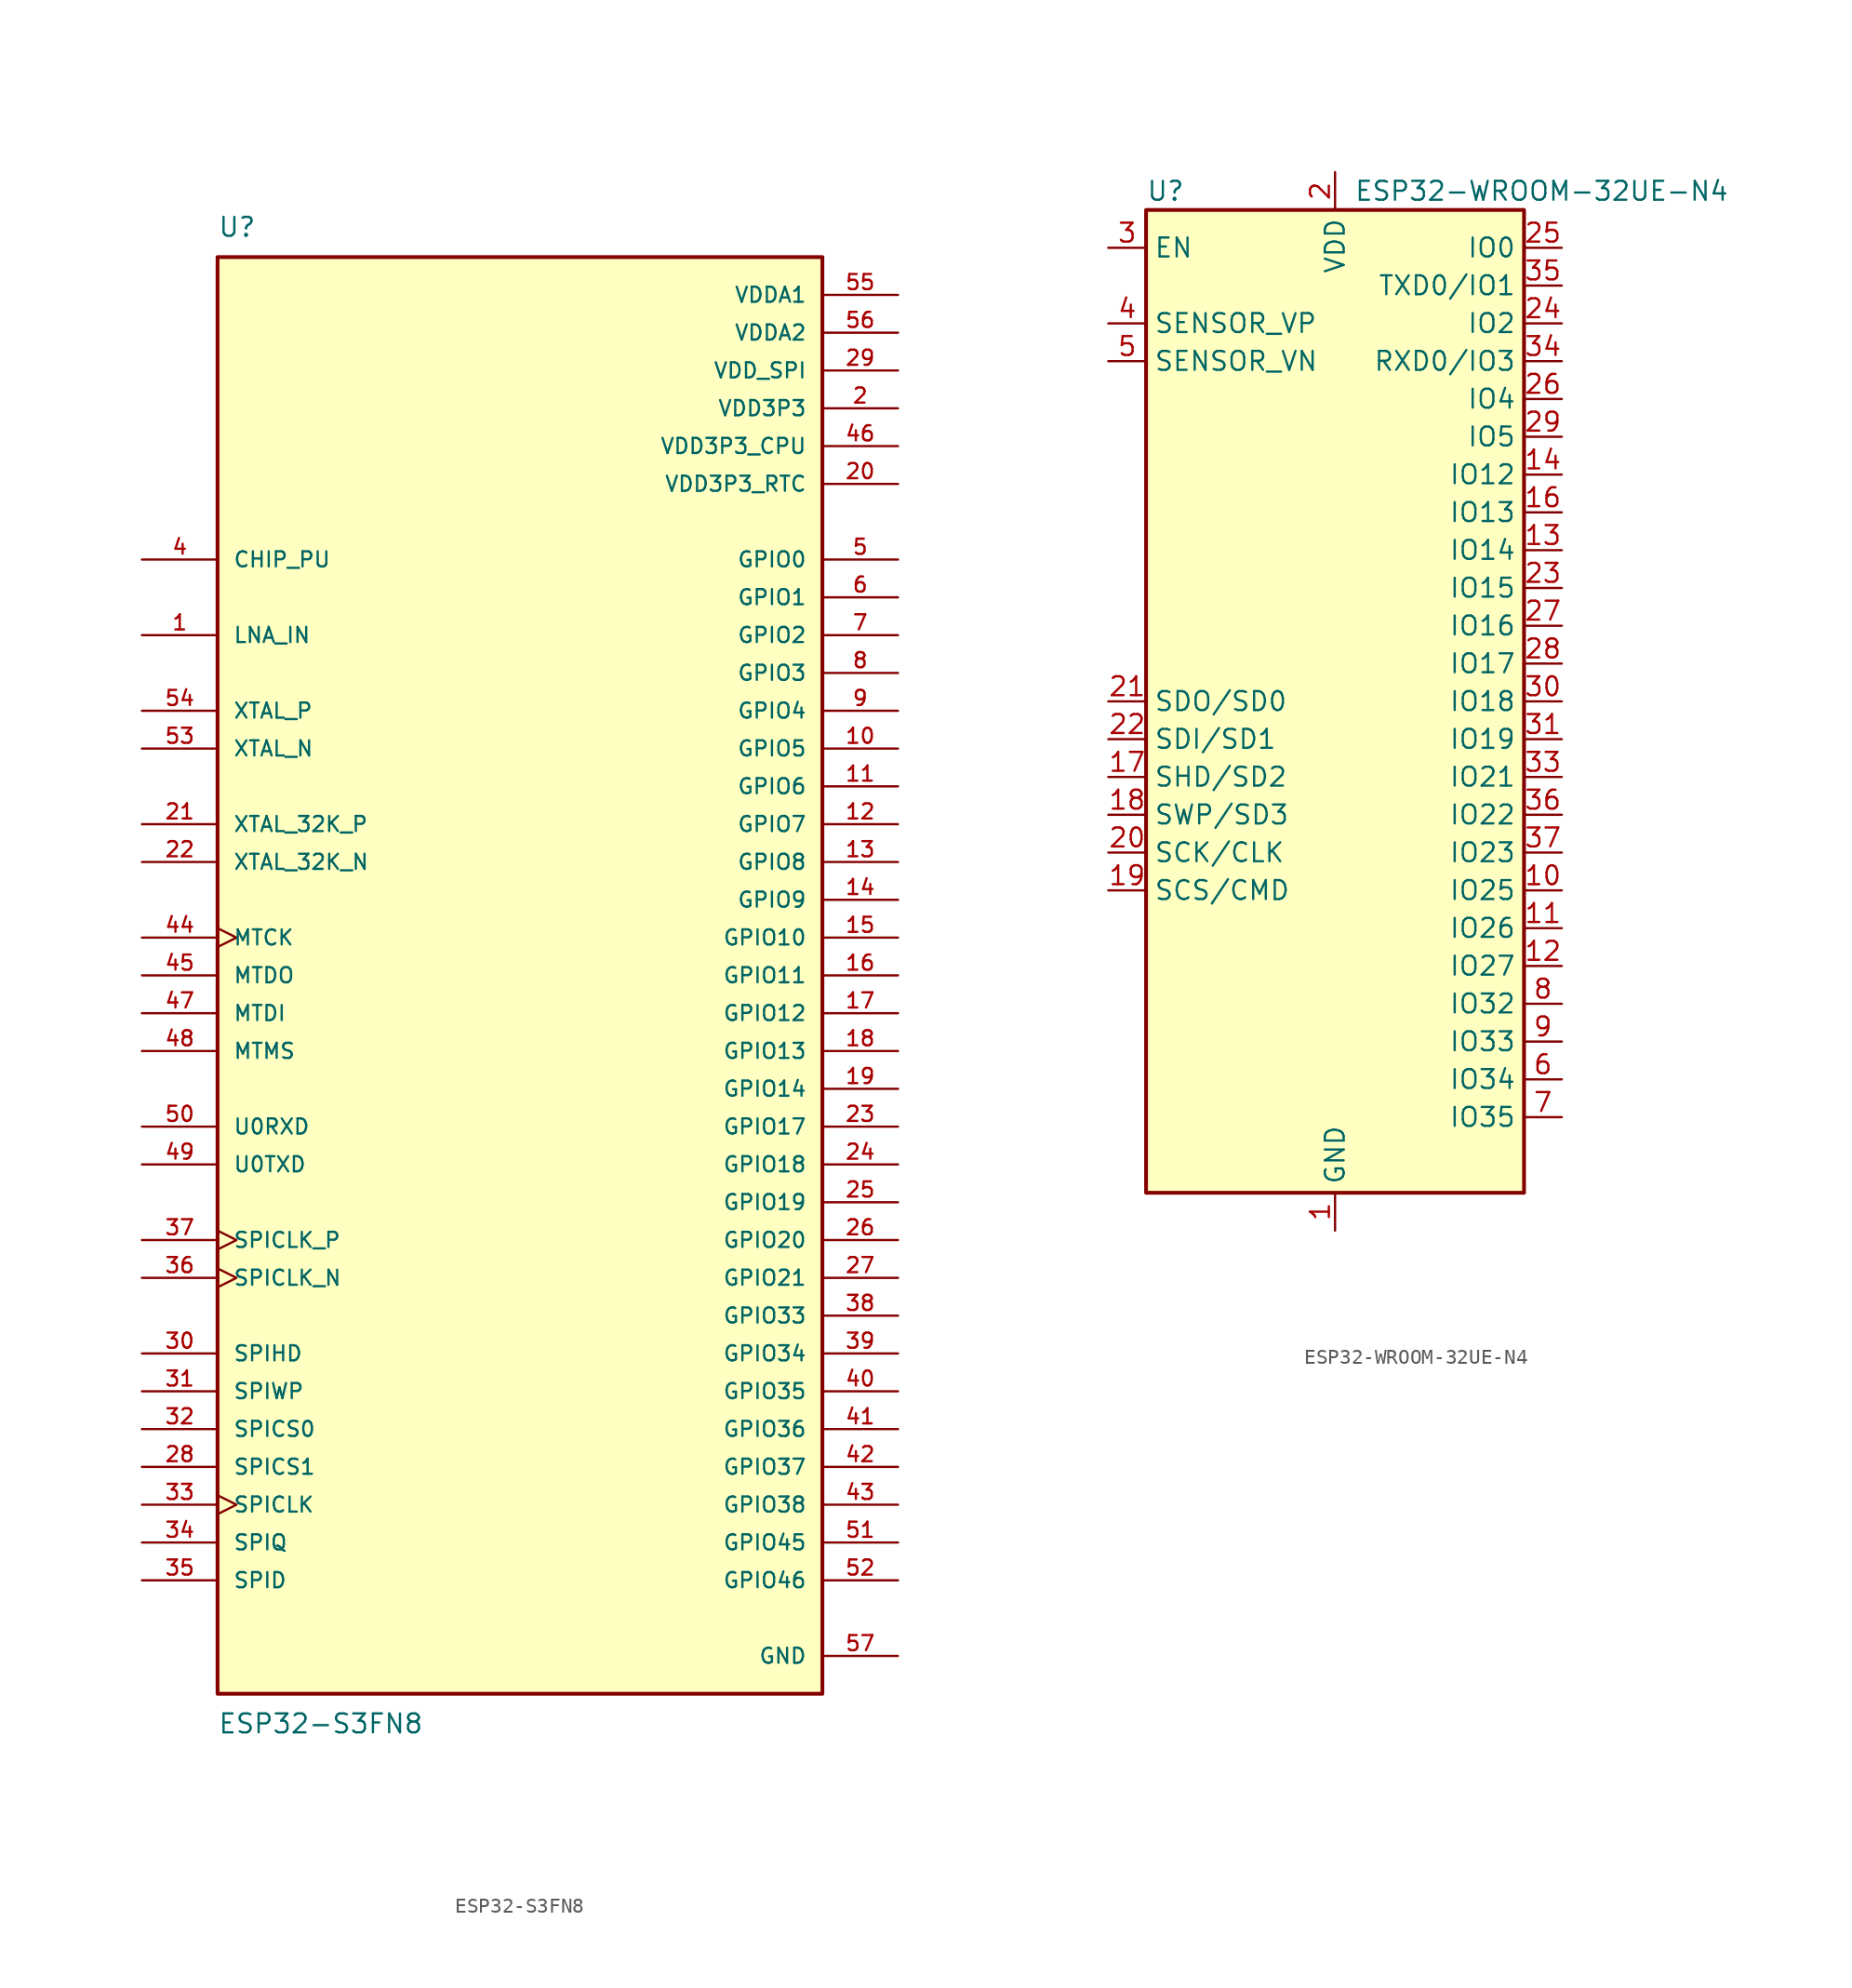
<source format=kicad_sym>
(kicad_symbol_lib
  (version 20220914)
  (generator kicad_symbol_editor)
  (symbol "ESP32-S3FN8"
    (pin_names
      (offset 1.016))
    (property "Reference" "U"
      (at -20.32 49.53 0)
      (effects (font (size 1.27 1.27)) (justify left bottom)))
    (property "Value" "ESP32-S3FN8"
      (at -20.32 -49.53 0)
      (effects (font (size 1.27 1.27)) (justify left top)))
    (symbol "ESP32-S3FN8_0_0"
      (rectangle (start -20.32 -48.26) (end 20.32 48.26) (stroke (width 0.254) (type default)) (fill (type background)))
      (pin bidirectional line (at -25.4 22.86 0) (length 5.08) (name "LNA_IN" (effects (font (size 1.016 1.016)))) (number "1" (effects (font (size 1.016 1.016)))))
      (pin bidirectional line (at 25.4 15.24 180) (length 5.08) (name "GPIO5" (effects (font (size 1.016 1.016)))) (number "10" (effects (font (size 1.016 1.016)))))
      (pin bidirectional line (at 25.4 12.7 180) (length 5.08) (name "GPIO6" (effects (font (size 1.016 1.016)))) (number "11" (effects (font (size 1.016 1.016)))))
      (pin bidirectional line (at 25.4 10.16 180) (length 5.08) (name "GPIO7" (effects (font (size 1.016 1.016)))) (number "12" (effects (font (size 1.016 1.016)))))
      (pin bidirectional line (at 25.4 7.62 180) (length 5.08) (name "GPIO8" (effects (font (size 1.016 1.016)))) (number "13" (effects (font (size 1.016 1.016)))))
      (pin bidirectional line (at 25.4 5.08 180) (length 5.08) (name "GPIO9" (effects (font (size 1.016 1.016)))) (number "14" (effects (font (size 1.016 1.016)))))
      (pin bidirectional line (at 25.4 2.54 180) (length 5.08) (name "GPIO10" (effects (font (size 1.016 1.016)))) (number "15" (effects (font (size 1.016 1.016)))))
      (pin bidirectional line (at 25.4 0 180) (length 5.08) (name "GPIO11" (effects (font (size 1.016 1.016)))) (number "16" (effects (font (size 1.016 1.016)))))
      (pin bidirectional line (at 25.4 -2.54 180) (length 5.08) (name "GPIO12" (effects (font (size 1.016 1.016)))) (number "17" (effects (font (size 1.016 1.016)))))
      (pin bidirectional line (at 25.4 -5.08 180) (length 5.08) (name "GPIO13" (effects (font (size 1.016 1.016)))) (number "18" (effects (font (size 1.016 1.016)))))
      (pin bidirectional line (at 25.4 -7.62 180) (length 5.08) (name "GPIO14" (effects (font (size 1.016 1.016)))) (number "19" (effects (font (size 1.016 1.016)))))
      (pin power_in line (at 25.4 38.1 180) (length 5.08) (name "VDD3P3" (effects (font (size 1.016 1.016)))) (number "2" (effects (font (size 1.016 1.016)))))
      (pin power_in line (at 25.4 33.02 180) (length 5.08) (name "VDD3P3_RTC" (effects (font (size 1.016 1.016)))) (number "20" (effects (font (size 1.016 1.016)))))
      (pin bidirectional line (at -25.4 10.16 0) (length 5.08) (name "XTAL_32K_P" (effects (font (size 1.016 1.016)))) (number "21" (effects (font (size 1.016 1.016)))))
      (pin bidirectional line (at -25.4 7.62 0) (length 5.08) (name "XTAL_32K_N" (effects (font (size 1.016 1.016)))) (number "22" (effects (font (size 1.016 1.016)))))
      (pin bidirectional line (at 25.4 -10.16 180) (length 5.08) (name "GPIO17" (effects (font (size 1.016 1.016)))) (number "23" (effects (font (size 1.016 1.016)))))
      (pin bidirectional line (at 25.4 -12.7 180) (length 5.08) (name "GPIO18" (effects (font (size 1.016 1.016)))) (number "24" (effects (font (size 1.016 1.016)))))
      (pin bidirectional line (at 25.4 -15.24 180) (length 5.08) (name "GPIO19" (effects (font (size 1.016 1.016)))) (number "25" (effects (font (size 1.016 1.016)))))
      (pin bidirectional line (at 25.4 -17.78 180) (length 5.08) (name "GPIO20" (effects (font (size 1.016 1.016)))) (number "26" (effects (font (size 1.016 1.016)))))
      (pin bidirectional line (at 25.4 -20.32 180) (length 5.08) (name "GPIO21" (effects (font (size 1.016 1.016)))) (number "27" (effects (font (size 1.016 1.016)))))
      (pin bidirectional line (at -25.4 -33.02 0) (length 5.08) (name "SPICS1" (effects (font (size 1.016 1.016)))) (number "28" (effects (font (size 1.016 1.016)))))
      (pin power_in line (at 25.4 40.64 180) (length 5.08) (name "VDD_SPI" (effects (font (size 1.016 1.016)))) (number "29" (effects (font (size 1.016 1.016)))))
      (pin power_in line (at 25.4 38.1 180) (length 5.08) hide (name "VDD3P3" (effects (font (size 1.016 1.016)))) (number "3" (effects (font (size 1.016 1.016)))))
      (pin bidirectional line (at -25.4 -25.4 0) (length 5.08) (name "SPIHD" (effects (font (size 1.016 1.016)))) (number "30" (effects (font (size 1.016 1.016)))))
      (pin bidirectional line (at -25.4 -27.94 0) (length 5.08) (name "SPIWP" (effects (font (size 1.016 1.016)))) (number "31" (effects (font (size 1.016 1.016)))))
      (pin bidirectional line (at -25.4 -30.48 0) (length 5.08) (name "SPICS0" (effects (font (size 1.016 1.016)))) (number "32" (effects (font (size 1.016 1.016)))))
      (pin bidirectional clock (at -25.4 -35.56 0) (length 5.08) (name "SPICLK" (effects (font (size 1.016 1.016)))) (number "33" (effects (font (size 1.016 1.016)))))
      (pin bidirectional line (at -25.4 -38.1 0) (length 5.08) (name "SPIQ" (effects (font (size 1.016 1.016)))) (number "34" (effects (font (size 1.016 1.016)))))
      (pin bidirectional line (at -25.4 -40.64 0) (length 5.08) (name "SPID" (effects (font (size 1.016 1.016)))) (number "35" (effects (font (size 1.016 1.016)))))
      (pin bidirectional clock (at -25.4 -20.32 0) (length 5.08) (name "SPICLK_N" (effects (font (size 1.016 1.016)))) (number "36" (effects (font (size 1.016 1.016)))))
      (pin bidirectional clock (at -25.4 -17.78 0) (length 5.08) (name "SPICLK_P" (effects (font (size 1.016 1.016)))) (number "37" (effects (font (size 1.016 1.016)))))
      (pin bidirectional line (at 25.4 -22.86 180) (length 5.08) (name "GPIO33" (effects (font (size 1.016 1.016)))) (number "38" (effects (font (size 1.016 1.016)))))
      (pin bidirectional line (at 25.4 -25.4 180) (length 5.08) (name "GPIO34" (effects (font (size 1.016 1.016)))) (number "39" (effects (font (size 1.016 1.016)))))
      (pin input line (at -25.4 27.94 0) (length 5.08) (name "CHIP_PU" (effects (font (size 1.016 1.016)))) (number "4" (effects (font (size 1.016 1.016)))))
      (pin bidirectional line (at 25.4 -27.94 180) (length 5.08) (name "GPIO35" (effects (font (size 1.016 1.016)))) (number "40" (effects (font (size 1.016 1.016)))))
      (pin bidirectional line (at 25.4 -30.48 180) (length 5.08) (name "GPIO36" (effects (font (size 1.016 1.016)))) (number "41" (effects (font (size 1.016 1.016)))))
      (pin bidirectional line (at 25.4 -33.02 180) (length 5.08) (name "GPIO37" (effects (font (size 1.016 1.016)))) (number "42" (effects (font (size 1.016 1.016)))))
      (pin bidirectional line (at 25.4 -35.56 180) (length 5.08) (name "GPIO38" (effects (font (size 1.016 1.016)))) (number "43" (effects (font (size 1.016 1.016)))))
      (pin bidirectional clock (at -25.4 2.54 0) (length 5.08) (name "MTCK" (effects (font (size 1.016 1.016)))) (number "44" (effects (font (size 1.016 1.016)))))
      (pin bidirectional line (at -25.4 0 0) (length 5.08) (name "MTDO" (effects (font (size 1.016 1.016)))) (number "45" (effects (font (size 1.016 1.016)))))
      (pin power_in line (at 25.4 35.56 180) (length 5.08) (name "VDD3P3_CPU" (effects (font (size 1.016 1.016)))) (number "46" (effects (font (size 1.016 1.016)))))
      (pin bidirectional line (at -25.4 -2.54 0) (length 5.08) (name "MTDI" (effects (font (size 1.016 1.016)))) (number "47" (effects (font (size 1.016 1.016)))))
      (pin bidirectional line (at -25.4 -5.08 0) (length 5.08) (name "MTMS" (effects (font (size 1.016 1.016)))) (number "48" (effects (font (size 1.016 1.016)))))
      (pin bidirectional line (at -25.4 -12.7 0) (length 5.08) (name "U0TXD" (effects (font (size 1.016 1.016)))) (number "49" (effects (font (size 1.016 1.016)))))
      (pin bidirectional line (at 25.4 27.94 180) (length 5.08) (name "GPIO0" (effects (font (size 1.016 1.016)))) (number "5" (effects (font (size 1.016 1.016)))))
      (pin bidirectional line (at -25.4 -10.16 0) (length 5.08) (name "U0RXD" (effects (font (size 1.016 1.016)))) (number "50" (effects (font (size 1.016 1.016)))))
      (pin bidirectional line (at 25.4 -38.1 180) (length 5.08) (name "GPIO45" (effects (font (size 1.016 1.016)))) (number "51" (effects (font (size 1.016 1.016)))))
      (pin bidirectional line (at 25.4 -40.64 180) (length 5.08) (name "GPIO46" (effects (font (size 1.016 1.016)))) (number "52" (effects (font (size 1.016 1.016)))))
      (pin output line (at -25.4 15.24 0) (length 5.08) (name "XTAL_N" (effects (font (size 1.016 1.016)))) (number "53" (effects (font (size 1.016 1.016)))))
      (pin input line (at -25.4 17.78 0) (length 5.08) (name "XTAL_P" (effects (font (size 1.016 1.016)))) (number "54" (effects (font (size 1.016 1.016)))))
      (pin power_in line (at 25.4 45.72 180) (length 5.08) (name "VDDA1" (effects (font (size 1.016 1.016)))) (number "55" (effects (font (size 1.016 1.016)))))
      (pin power_in line (at 25.4 43.18 180) (length 5.08) (name "VDDA2" (effects (font (size 1.016 1.016)))) (number "56" (effects (font (size 1.016 1.016)))))
      (pin power_in line (at 25.4 -45.72 180) (length 5.08) (name "GND" (effects (font (size 1.016 1.016)))) (number "57" (effects (font (size 1.016 1.016)))))
      (pin bidirectional line (at 25.4 25.4 180) (length 5.08) (name "GPIO1" (effects (font (size 1.016 1.016)))) (number "6" (effects (font (size 1.016 1.016)))))
      (pin bidirectional line (at 25.4 22.86 180) (length 5.08) (name "GPIO2" (effects (font (size 1.016 1.016)))) (number "7" (effects (font (size 1.016 1.016)))))
      (pin bidirectional line (at 25.4 20.32 180) (length 5.08) (name "GPIO3" (effects (font (size 1.016 1.016)))) (number "8" (effects (font (size 1.016 1.016)))))
      (pin bidirectional line (at 25.4 17.78 180) (length 5.08) (name "GPIO4" (effects (font (size 1.016 1.016)))) (number "9" (effects (font (size 1.016 1.016)))))))
  (symbol "ESP32-WROOM-32UE-N4"
    (property "Reference" "U"
      (at -12.7 34.29 0)
      (effects (font (size 1.27 1.27)) (justify left)))
    (property "Value" "ESP32-WROOM-32UE-N4"
      (at 1.27 34.29 0)
      (effects (font (size 1.27 1.27)) (justify left)))
    (symbol "ESP32-WROOM-32UE-N4_0_1"
      (rectangle (start -12.7 33.02) (end 12.7 -33.02) (stroke (width 0.254) (type default)) (fill (type background))))
    (symbol "ESP32-WROOM-32UE-N4_1_1"
      (pin power_in line (at 0 -35.56 90) (length 2.54) (name "GND" (effects (font (size 1.27 1.27)))) (number "1" (effects (font (size 1.27 1.27)))))
      (pin bidirectional line (at 15.24 -12.7 180) (length 2.54) (name "IO25" (effects (font (size 1.27 1.27)))) (number "10" (effects (font (size 1.27 1.27)))))
      (pin bidirectional line (at 15.24 -15.24 180) (length 2.54) (name "IO26" (effects (font (size 1.27 1.27)))) (number "11" (effects (font (size 1.27 1.27)))))
      (pin bidirectional line (at 15.24 -17.78 180) (length 2.54) (name "IO27" (effects (font (size 1.27 1.27)))) (number "12" (effects (font (size 1.27 1.27)))))
      (pin bidirectional line (at 15.24 10.16 180) (length 2.54) (name "IO14" (effects (font (size 1.27 1.27)))) (number "13" (effects (font (size 1.27 1.27)))))
      (pin bidirectional line (at 15.24 15.24 180) (length 2.54) (name "IO12" (effects (font (size 1.27 1.27)))) (number "14" (effects (font (size 1.27 1.27)))))
      (pin passive line (at 0 -35.56 90) (length 2.54) hide (name "GND" (effects (font (size 1.27 1.27)))) (number "15" (effects (font (size 1.27 1.27)))))
      (pin bidirectional line (at 15.24 12.7 180) (length 2.54) (name "IO13" (effects (font (size 1.27 1.27)))) (number "16" (effects (font (size 1.27 1.27)))))
      (pin bidirectional line (at -15.24 -5.08 0) (length 2.54) (name "SHD/SD2" (effects (font (size 1.27 1.27)))) (number "17" (effects (font (size 1.27 1.27)))))
      (pin bidirectional line (at -15.24 -7.62 0) (length 2.54) (name "SWP/SD3" (effects (font (size 1.27 1.27)))) (number "18" (effects (font (size 1.27 1.27)))))
      (pin bidirectional line (at -15.24 -12.7 0) (length 2.54) (name "SCS/CMD" (effects (font (size 1.27 1.27)))) (number "19" (effects (font (size 1.27 1.27)))))
      (pin power_in line (at 0 35.56 270) (length 2.54) (name "VDD" (effects (font (size 1.27 1.27)))) (number "2" (effects (font (size 1.27 1.27)))))
      (pin bidirectional line (at -15.24 -10.16 0) (length 2.54) (name "SCK/CLK" (effects (font (size 1.27 1.27)))) (number "20" (effects (font (size 1.27 1.27)))))
      (pin bidirectional line (at -15.24 0 0) (length 2.54) (name "SDO/SD0" (effects (font (size 1.27 1.27)))) (number "21" (effects (font (size 1.27 1.27)))))
      (pin bidirectional line (at -15.24 -2.54 0) (length 2.54) (name "SDI/SD1" (effects (font (size 1.27 1.27)))) (number "22" (effects (font (size 1.27 1.27)))))
      (pin bidirectional line (at 15.24 7.62 180) (length 2.54) (name "IO15" (effects (font (size 1.27 1.27)))) (number "23" (effects (font (size 1.27 1.27)))))
      (pin bidirectional line (at 15.24 25.4 180) (length 2.54) (name "IO2" (effects (font (size 1.27 1.27)))) (number "24" (effects (font (size 1.27 1.27)))))
      (pin bidirectional line (at 15.24 30.48 180) (length 2.54) (name "IO0" (effects (font (size 1.27 1.27)))) (number "25" (effects (font (size 1.27 1.27)))))
      (pin bidirectional line (at 15.24 20.32 180) (length 2.54) (name "IO4" (effects (font (size 1.27 1.27)))) (number "26" (effects (font (size 1.27 1.27)))))
      (pin bidirectional line (at 15.24 5.08 180) (length 2.54) (name "IO16" (effects (font (size 1.27 1.27)))) (number "27" (effects (font (size 1.27 1.27)))))
      (pin bidirectional line (at 15.24 2.54 180) (length 2.54) (name "IO17" (effects (font (size 1.27 1.27)))) (number "28" (effects (font (size 1.27 1.27)))))
      (pin bidirectional line (at 15.24 17.78 180) (length 2.54) (name "IO5" (effects (font (size 1.27 1.27)))) (number "29" (effects (font (size 1.27 1.27)))))
      (pin input line (at -15.24 30.48 0) (length 2.54) (name "EN" (effects (font (size 1.27 1.27)))) (number "3" (effects (font (size 1.27 1.27)))))
      (pin bidirectional line (at 15.24 0 180) (length 2.54) (name "IO18" (effects (font (size 1.27 1.27)))) (number "30" (effects (font (size 1.27 1.27)))))
      (pin bidirectional line (at 15.24 -2.54 180) (length 2.54) (name "IO19" (effects (font (size 1.27 1.27)))) (number "31" (effects (font (size 1.27 1.27)))))
      (pin no_connect line (at -12.7 -27.94 0) (length 2.54) hide (name "NC" (effects (font (size 1.27 1.27)))) (number "32" (effects (font (size 1.27 1.27)))))
      (pin bidirectional line (at 15.24 -5.08 180) (length 2.54) (name "IO21" (effects (font (size 1.27 1.27)))) (number "33" (effects (font (size 1.27 1.27)))))
      (pin bidirectional line (at 15.24 22.86 180) (length 2.54) (name "RXD0/IO3" (effects (font (size 1.27 1.27)))) (number "34" (effects (font (size 1.27 1.27)))))
      (pin bidirectional line (at 15.24 27.94 180) (length 2.54) (name "TXD0/IO1" (effects (font (size 1.27 1.27)))) (number "35" (effects (font (size 1.27 1.27)))))
      (pin bidirectional line (at 15.24 -7.62 180) (length 2.54) (name "IO22" (effects (font (size 1.27 1.27)))) (number "36" (effects (font (size 1.27 1.27)))))
      (pin bidirectional line (at 15.24 -10.16 180) (length 2.54) (name "IO23" (effects (font (size 1.27 1.27)))) (number "37" (effects (font (size 1.27 1.27)))))
      (pin passive line (at 0 -35.56 90) (length 2.54) hide (name "GND" (effects (font (size 1.27 1.27)))) (number "38" (effects (font (size 1.27 1.27)))))
      (pin passive line (at 0 -35.56 90) (length 2.54) hide (name "GND" (effects (font (size 1.27 1.27)))) (number "39" (effects (font (size 1.27 1.27)))))
      (pin input line (at -15.24 25.4 0) (length 2.54) (name "SENSOR_VP" (effects (font (size 1.27 1.27)))) (number "4" (effects (font (size 1.27 1.27)))))
      (pin input line (at -15.24 22.86 0) (length 2.54) (name "SENSOR_VN" (effects (font (size 1.27 1.27)))) (number "5" (effects (font (size 1.27 1.27)))))
      (pin input line (at 15.24 -25.4 180) (length 2.54) (name "IO34" (effects (font (size 1.27 1.27)))) (number "6" (effects (font (size 1.27 1.27)))))
      (pin input line (at 15.24 -27.94 180) (length 2.54) (name "IO35" (effects (font (size 1.27 1.27)))) (number "7" (effects (font (size 1.27 1.27)))))
      (pin bidirectional line (at 15.24 -20.32 180) (length 2.54) (name "IO32" (effects (font (size 1.27 1.27)))) (number "8" (effects (font (size 1.27 1.27)))))
      (pin bidirectional line (at 15.24 -22.86 180) (length 2.54) (name "IO33" (effects (font (size 1.27 1.27)))) (number "9" (effects (font (size 1.27 1.27))))))))
</source>
